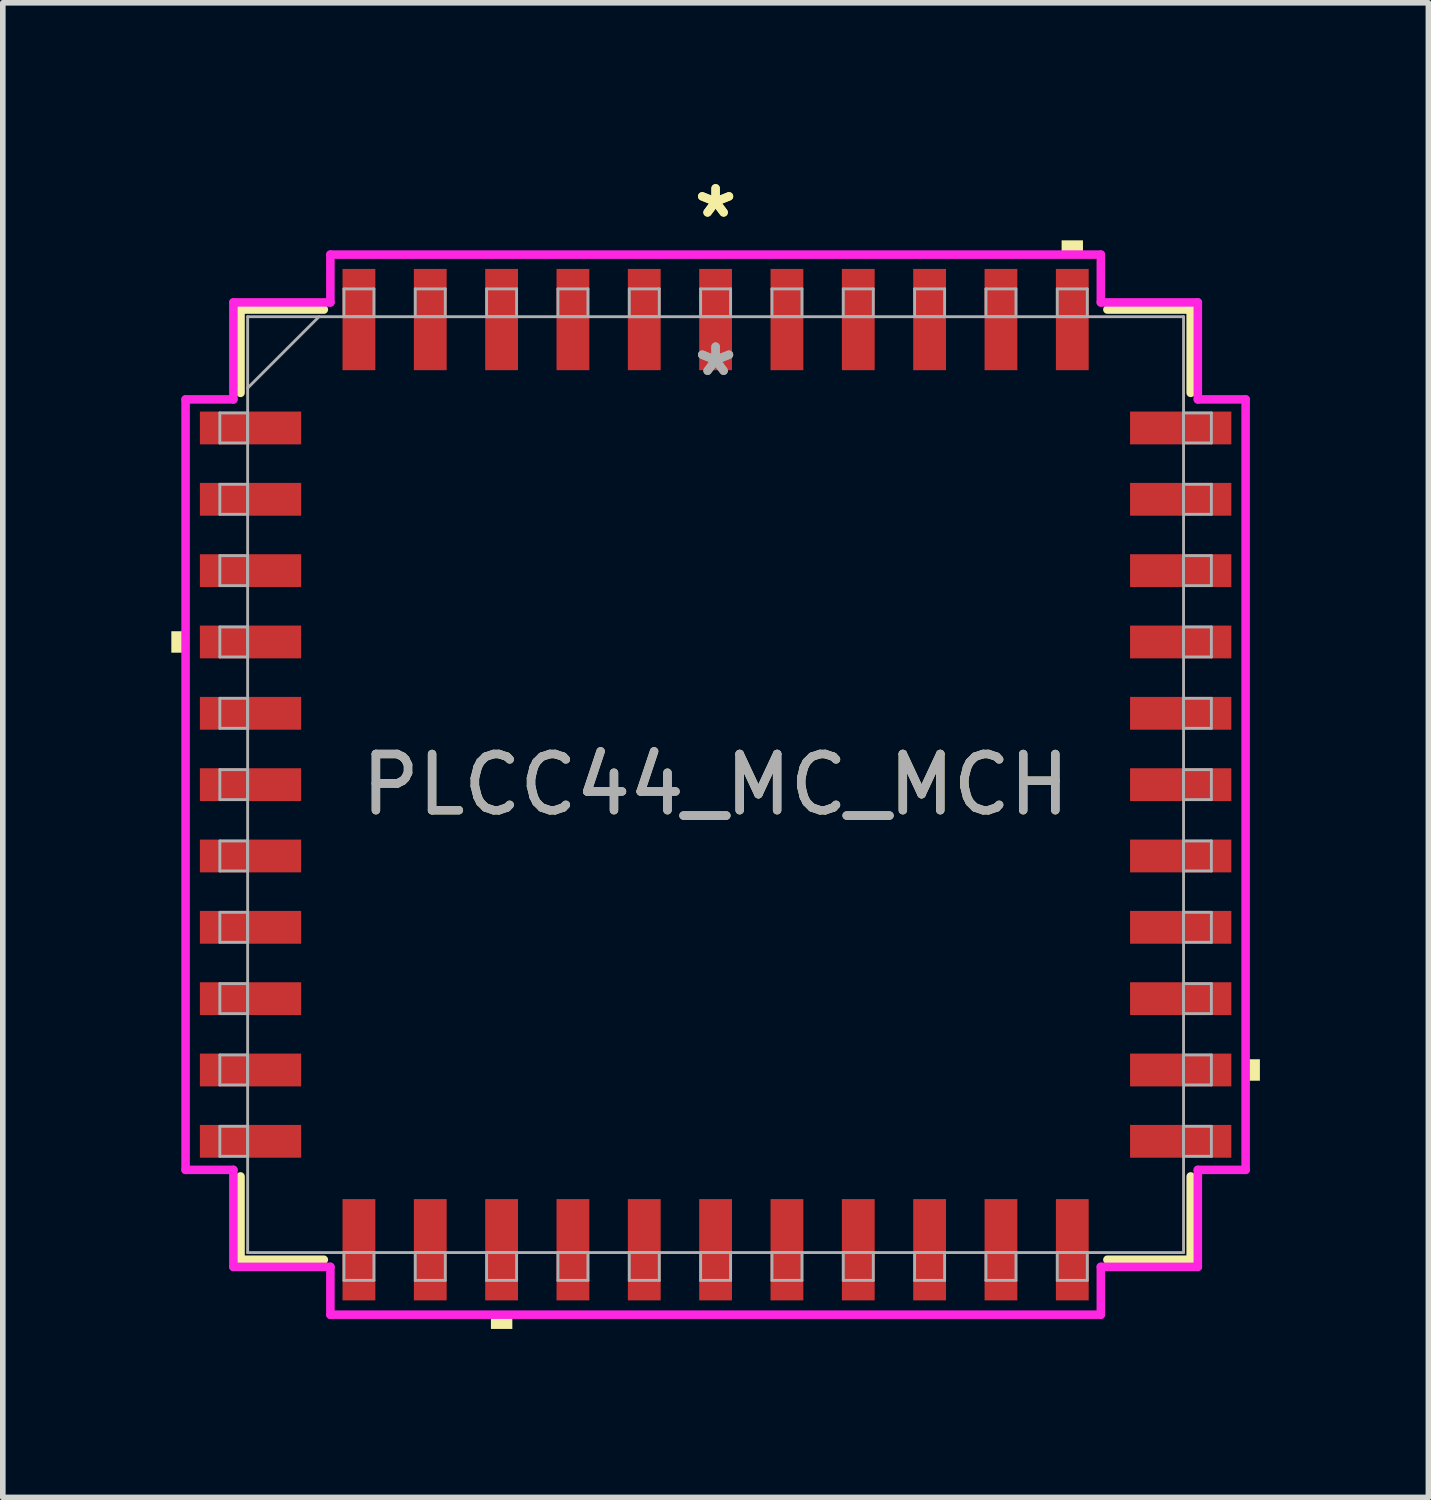
<source format=kicad_pcb>
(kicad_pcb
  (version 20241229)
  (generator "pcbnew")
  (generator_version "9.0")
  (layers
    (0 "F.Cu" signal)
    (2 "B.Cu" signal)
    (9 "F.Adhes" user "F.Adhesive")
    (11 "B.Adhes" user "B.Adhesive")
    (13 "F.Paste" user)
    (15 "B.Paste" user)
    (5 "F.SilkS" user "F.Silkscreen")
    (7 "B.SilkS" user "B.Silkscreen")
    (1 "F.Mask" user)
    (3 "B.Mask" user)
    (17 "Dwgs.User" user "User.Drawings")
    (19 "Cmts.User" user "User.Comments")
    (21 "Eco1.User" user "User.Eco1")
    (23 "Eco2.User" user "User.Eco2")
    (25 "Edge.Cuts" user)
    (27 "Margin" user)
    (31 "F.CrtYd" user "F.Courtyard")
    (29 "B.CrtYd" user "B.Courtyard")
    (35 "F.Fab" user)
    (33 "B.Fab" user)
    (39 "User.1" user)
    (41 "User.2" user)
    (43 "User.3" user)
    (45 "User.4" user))
  (footprint "PLCC44_MC_MCH"
    (layer "F.Cu")
    (at 9.69 10.919)
    (property "Reference" "PLCC44_MC_MCH" (at 0 0 0) (unlocked yes) (layer "F.SilkS") (effects (font (size 1 1) (thickness 0.15))))
    (attr smd)
    (fp_line (start -8.458 -8.458) (end -8.458 -6.975) (stroke (width 0.152) (type solid)) (layer "F.SilkS"))
    (fp_line (start -8.458 6.975) (end -8.458 8.458) (stroke (width 0.152) (type solid)) (layer "F.SilkS"))
    (fp_line (start -8.458 8.458) (end -6.975 8.458) (stroke (width 0.152) (type solid)) (layer "F.SilkS"))
    (fp_line (start -6.975 -8.458) (end -8.458 -8.458) (stroke (width 0.152) (type solid)) (layer "F.SilkS"))
    (fp_line (start 6.975 8.458) (end 8.458 8.458) (stroke (width 0.152) (type solid)) (layer "F.SilkS"))
    (fp_line (start 8.458 -8.458) (end 6.975 -8.458) (stroke (width 0.152) (type solid)) (layer "F.SilkS"))
    (fp_line (start 8.458 -6.975) (end 8.458 -8.458) (stroke (width 0.152) (type solid)) (layer "F.SilkS"))
    (fp_line (start 8.458 8.458) (end 8.458 6.975) (stroke (width 0.152) (type solid)) (layer "F.SilkS"))
    (fp_poly (pts (xy -9.69 -2.731) (xy -9.69 -2.349) (xy -9.436 -2.349) (xy -9.436 -2.731)) (stroke (width 0) (type solid)) (fill yes) (layer "F.SilkS"))
    (fp_poly (pts (xy -4 9.436) (xy -4 9.69) (xy -3.619 9.69) (xy -3.619 9.436)) (stroke (width 0) (type solid)) (fill yes) (layer "F.SilkS"))
    (fp_poly (pts (xy 6.16 -9.436) (xy 6.16 -9.69) (xy 6.54 -9.69) (xy 6.54 -9.436)) (stroke (width 0) (type solid)) (fill yes) (layer "F.SilkS"))
    (fp_poly (pts (xy 9.69 4.889) (xy 9.69 5.271) (xy 9.436 5.271) (xy 9.436 4.889)) (stroke (width 0) (type solid)) (fill yes) (layer "F.SilkS"))
    (fp_line (start -9.436 -6.858) (end -8.585 -6.858) (stroke (width 0.152) (type solid)) (layer "F.CrtYd"))
    (fp_line (start -9.436 6.858) (end -9.436 -6.858) (stroke (width 0.152) (type solid)) (layer "F.CrtYd"))
    (fp_line (start -9.436 6.858) (end -8.585 6.858) (stroke (width 0.152) (type solid)) (layer "F.CrtYd"))
    (fp_line (start -8.585 -8.585) (end -6.858 -8.585) (stroke (width 0.152) (type solid)) (layer "F.CrtYd"))
    (fp_line (start -8.585 -6.858) (end -8.585 -8.585) (stroke (width 0.152) (type solid)) (layer "F.CrtYd"))
    (fp_line (start -8.585 8.585) (end -8.585 6.858) (stroke (width 0.152) (type solid)) (layer "F.CrtYd"))
    (fp_line (start -6.858 -9.436) (end 6.858 -9.436) (stroke (width 0.152) (type solid)) (layer "F.CrtYd"))
    (fp_line (start -6.858 -8.585) (end -6.858 -9.436) (stroke (width 0.152) (type solid)) (layer "F.CrtYd"))
    (fp_line (start -6.858 8.585) (end -8.585 8.585) (stroke (width 0.152) (type solid)) (layer "F.CrtYd"))
    (fp_line (start -6.858 9.436) (end -6.858 8.585) (stroke (width 0.152) (type solid)) (layer "F.CrtYd"))
    (fp_line (start 6.858 -9.436) (end 6.858 -8.585) (stroke (width 0.152) (type solid)) (layer "F.CrtYd"))
    (fp_line (start 6.858 -8.585) (end 8.585 -8.585) (stroke (width 0.152) (type solid)) (layer "F.CrtYd"))
    (fp_line (start 6.858 8.585) (end 6.858 9.436) (stroke (width 0.152) (type solid)) (layer "F.CrtYd"))
    (fp_line (start 6.858 9.436) (end -6.858 9.436) (stroke (width 0.152) (type solid)) (layer "F.CrtYd"))
    (fp_line (start 8.585 -8.585) (end 8.585 -6.858) (stroke (width 0.152) (type solid)) (layer "F.CrtYd"))
    (fp_line (start 8.585 -6.858) (end 9.436 -6.858) (stroke (width 0.152) (type solid)) (layer "F.CrtYd"))
    (fp_line (start 8.585 6.858) (end 8.585 8.585) (stroke (width 0.152) (type solid)) (layer "F.CrtYd"))
    (fp_line (start 8.585 8.585) (end 6.858 8.585) (stroke (width 0.152) (type solid)) (layer "F.CrtYd"))
    (fp_line (start 9.436 -6.858) (end 9.436 6.858) (stroke (width 0.152) (type solid)) (layer "F.CrtYd"))
    (fp_line (start 9.436 6.858) (end 8.585 6.858) (stroke (width 0.152) (type solid)) (layer "F.CrtYd"))
    (fp_line (start -8.826 -6.617) (end -8.826 -6.083) (stroke (width 0.051) (type solid)) (layer "F.Fab"))
    (fp_line (start -8.826 -6.083) (end -8.331 -6.083) (stroke (width 0.051) (type solid)) (layer "F.Fab"))
    (fp_line (start -8.826 -5.347) (end -8.826 -4.813) (stroke (width 0.051) (type solid)) (layer "F.Fab"))
    (fp_line (start -8.826 -4.813) (end -8.331 -4.813) (stroke (width 0.051) (type solid)) (layer "F.Fab"))
    (fp_line (start -8.826 -4.077) (end -8.826 -3.543) (stroke (width 0.051) (type solid)) (layer "F.Fab"))
    (fp_line (start -8.826 -3.543) (end -8.331 -3.543) (stroke (width 0.051) (type solid)) (layer "F.Fab"))
    (fp_line (start -8.826 -2.807) (end -8.826 -2.273) (stroke (width 0.051) (type solid)) (layer "F.Fab"))
    (fp_line (start -8.826 -2.273) (end -8.331 -2.273) (stroke (width 0.051) (type solid)) (layer "F.Fab"))
    (fp_line (start -8.826 -1.537) (end -8.826 -1.003) (stroke (width 0.051) (type solid)) (layer "F.Fab"))
    (fp_line (start -8.826 -1.003) (end -8.331 -1.003) (stroke (width 0.051) (type solid)) (layer "F.Fab"))
    (fp_line (start -8.826 -0.267) (end -8.826 0.267) (stroke (width 0.051) (type solid)) (layer "F.Fab"))
    (fp_line (start -8.826 0.267) (end -8.331 0.267) (stroke (width 0.051) (type solid)) (layer "F.Fab"))
    (fp_line (start -8.826 1.003) (end -8.826 1.537) (stroke (width 0.051) (type solid)) (layer "F.Fab"))
    (fp_line (start -8.826 1.537) (end -8.331 1.537) (stroke (width 0.051) (type solid)) (layer "F.Fab"))
    (fp_line (start -8.826 2.273) (end -8.826 2.807) (stroke (width 0.051) (type solid)) (layer "F.Fab"))
    (fp_line (start -8.826 2.807) (end -8.331 2.807) (stroke (width 0.051) (type solid)) (layer "F.Fab"))
    (fp_line (start -8.826 3.543) (end -8.826 4.077) (stroke (width 0.051) (type solid)) (layer "F.Fab"))
    (fp_line (start -8.826 4.077) (end -8.331 4.077) (stroke (width 0.051) (type solid)) (layer "F.Fab"))
    (fp_line (start -8.826 4.813) (end -8.826 5.347) (stroke (width 0.051) (type solid)) (layer "F.Fab"))
    (fp_line (start -8.826 5.347) (end -8.331 5.347) (stroke (width 0.051) (type solid)) (layer "F.Fab"))
    (fp_line (start -8.826 6.083) (end -8.826 6.617) (stroke (width 0.051) (type solid)) (layer "F.Fab"))
    (fp_line (start -8.826 6.617) (end -8.331 6.617) (stroke (width 0.051) (type solid)) (layer "F.Fab"))
    (fp_line (start -8.331 -8.331) (end -8.331 8.331) (stroke (width 0.051) (type solid)) (layer "F.Fab"))
    (fp_line (start -8.331 -7.061) (end -7.061 -8.331) (stroke (width 0.051) (type solid)) (layer "F.Fab"))
    (fp_line (start -8.331 -6.617) (end -8.826 -6.617) (stroke (width 0.051) (type solid)) (layer "F.Fab"))
    (fp_line (start -8.331 -6.083) (end -8.331 -6.617) (stroke (width 0.051) (type solid)) (layer "F.Fab"))
    (fp_line (start -8.331 -5.347) (end -8.826 -5.347) (stroke (width 0.051) (type solid)) (layer "F.Fab"))
    (fp_line (start -8.331 -4.813) (end -8.331 -5.347) (stroke (width 0.051) (type solid)) (layer "F.Fab"))
    (fp_line (start -8.331 -4.077) (end -8.826 -4.077) (stroke (width 0.051) (type solid)) (layer "F.Fab"))
    (fp_line (start -8.331 -3.543) (end -8.331 -4.077) (stroke (width 0.051) (type solid)) (layer "F.Fab"))
    (fp_line (start -8.331 -2.807) (end -8.826 -2.807) (stroke (width 0.051) (type solid)) (layer "F.Fab"))
    (fp_line (start -8.331 -2.273) (end -8.331 -2.807) (stroke (width 0.051) (type solid)) (layer "F.Fab"))
    (fp_line (start -8.331 -1.537) (end -8.826 -1.537) (stroke (width 0.051) (type solid)) (layer "F.Fab"))
    (fp_line (start -8.331 -1.003) (end -8.331 -1.537) (stroke (width 0.051) (type solid)) (layer "F.Fab"))
    (fp_line (start -8.331 -0.267) (end -8.826 -0.267) (stroke (width 0.051) (type solid)) (layer "F.Fab"))
    (fp_line (start -8.331 0.267) (end -8.331 -0.267) (stroke (width 0.051) (type solid)) (layer "F.Fab"))
    (fp_line (start -8.331 1.003) (end -8.826 1.003) (stroke (width 0.051) (type solid)) (layer "F.Fab"))
    (fp_line (start -8.331 1.537) (end -8.331 1.003) (stroke (width 0.051) (type solid)) (layer "F.Fab"))
    (fp_line (start -8.331 2.273) (end -8.826 2.273) (stroke (width 0.051) (type solid)) (layer "F.Fab"))
    (fp_line (start -8.331 2.807) (end -8.331 2.273) (stroke (width 0.051) (type solid)) (layer "F.Fab"))
    (fp_line (start -8.331 3.543) (end -8.826 3.543) (stroke (width 0.051) (type solid)) (layer "F.Fab"))
    (fp_line (start -8.331 4.077) (end -8.331 3.543) (stroke (width 0.051) (type solid)) (layer "F.Fab"))
    (fp_line (start -8.331 4.813) (end -8.826 4.813) (stroke (width 0.051) (type solid)) (layer "F.Fab"))
    (fp_line (start -8.331 5.347) (end -8.331 4.813) (stroke (width 0.051) (type solid)) (layer "F.Fab"))
    (fp_line (start -8.331 6.083) (end -8.826 6.083) (stroke (width 0.051) (type solid)) (layer "F.Fab"))
    (fp_line (start -8.331 6.617) (end -8.331 6.083) (stroke (width 0.051) (type solid)) (layer "F.Fab"))
    (fp_line (start -8.331 8.331) (end 8.331 8.331) (stroke (width 0.051) (type solid)) (layer "F.Fab"))
    (fp_line (start -6.617 -8.826) (end -6.617 -8.331) (stroke (width 0.051) (type solid)) (layer "F.Fab"))
    (fp_line (start -6.617 -8.331) (end -6.083 -8.331) (stroke (width 0.051) (type solid)) (layer "F.Fab"))
    (fp_line (start -6.617 8.331) (end -6.617 8.826) (stroke (width 0.051) (type solid)) (layer "F.Fab"))
    (fp_line (start -6.617 8.826) (end -6.083 8.826) (stroke (width 0.051) (type solid)) (layer "F.Fab"))
    (fp_line (start -6.083 -8.826) (end -6.617 -8.826) (stroke (width 0.051) (type solid)) (layer "F.Fab"))
    (fp_line (start -6.083 -8.331) (end -6.083 -8.826) (stroke (width 0.051) (type solid)) (layer "F.Fab"))
    (fp_line (start -6.083 8.331) (end -6.617 8.331) (stroke (width 0.051) (type solid)) (layer "F.Fab"))
    (fp_line (start -6.083 8.826) (end -6.083 8.331) (stroke (width 0.051) (type solid)) (layer "F.Fab"))
    (fp_line (start -5.347 -8.826) (end -5.347 -8.331) (stroke (width 0.051) (type solid)) (layer "F.Fab"))
    (fp_line (start -5.347 -8.331) (end -4.813 -8.331) (stroke (width 0.051) (type solid)) (layer "F.Fab"))
    (fp_line (start -5.347 8.331) (end -5.347 8.826) (stroke (width 0.051) (type solid)) (layer "F.Fab"))
    (fp_line (start -5.347 8.826) (end -4.813 8.826) (stroke (width 0.051) (type solid)) (layer "F.Fab"))
    (fp_line (start -4.813 -8.826) (end -5.347 -8.826) (stroke (width 0.051) (type solid)) (layer "F.Fab"))
    (fp_line (start -4.813 -8.331) (end -4.813 -8.826) (stroke (width 0.051) (type solid)) (layer "F.Fab"))
    (fp_line (start -4.813 8.331) (end -5.347 8.331) (stroke (width 0.051) (type solid)) (layer "F.Fab"))
    (fp_line (start -4.813 8.826) (end -4.813 8.331) (stroke (width 0.051) (type solid)) (layer "F.Fab"))
    (fp_line (start -4.077 -8.826) (end -4.077 -8.331) (stroke (width 0.051) (type solid)) (layer "F.Fab"))
    (fp_line (start -4.077 -8.331) (end -3.543 -8.331) (stroke (width 0.051) (type solid)) (layer "F.Fab"))
    (fp_line (start -4.077 8.331) (end -4.077 8.826) (stroke (width 0.051) (type solid)) (layer "F.Fab"))
    (fp_line (start -4.077 8.826) (end -3.543 8.826) (stroke (width 0.051) (type solid)) (layer "F.Fab"))
    (fp_line (start -3.543 -8.826) (end -4.077 -8.826) (stroke (width 0.051) (type solid)) (layer "F.Fab"))
    (fp_line (start -3.543 -8.331) (end -3.543 -8.826) (stroke (width 0.051) (type solid)) (layer "F.Fab"))
    (fp_line (start -3.543 8.331) (end -4.077 8.331) (stroke (width 0.051) (type solid)) (layer "F.Fab"))
    (fp_line (start -3.543 8.826) (end -3.543 8.331) (stroke (width 0.051) (type solid)) (layer "F.Fab"))
    (fp_line (start -2.807 -8.826) (end -2.807 -8.331) (stroke (width 0.051) (type solid)) (layer "F.Fab"))
    (fp_line (start -2.807 -8.331) (end -2.273 -8.331) (stroke (width 0.051) (type solid)) (layer "F.Fab"))
    (fp_line (start -2.807 8.331) (end -2.807 8.826) (stroke (width 0.051) (type solid)) (layer "F.Fab"))
    (fp_line (start -2.807 8.826) (end -2.273 8.826) (stroke (width 0.051) (type solid)) (layer "F.Fab"))
    (fp_line (start -2.273 -8.826) (end -2.807 -8.826) (stroke (width 0.051) (type solid)) (layer "F.Fab"))
    (fp_line (start -2.273 -8.331) (end -2.273 -8.826) (stroke (width 0.051) (type solid)) (layer "F.Fab"))
    (fp_line (start -2.273 8.331) (end -2.807 8.331) (stroke (width 0.051) (type solid)) (layer "F.Fab"))
    (fp_line (start -2.273 8.826) (end -2.273 8.331) (stroke (width 0.051) (type solid)) (layer "F.Fab"))
    (fp_line (start -1.537 -8.826) (end -1.537 -8.331) (stroke (width 0.051) (type solid)) (layer "F.Fab"))
    (fp_line (start -1.537 -8.331) (end -1.003 -8.331) (stroke (width 0.051) (type solid)) (layer "F.Fab"))
    (fp_line (start -1.537 8.331) (end -1.537 8.826) (stroke (width 0.051) (type solid)) (layer "F.Fab"))
    (fp_line (start -1.537 8.826) (end -1.003 8.826) (stroke (width 0.051) (type solid)) (layer "F.Fab"))
    (fp_line (start -1.003 -8.826) (end -1.537 -8.826) (stroke (width 0.051) (type solid)) (layer "F.Fab"))
    (fp_line (start -1.003 -8.331) (end -1.003 -8.826) (stroke (width 0.051) (type solid)) (layer "F.Fab"))
    (fp_line (start -1.003 8.331) (end -1.537 8.331) (stroke (width 0.051) (type solid)) (layer "F.Fab"))
    (fp_line (start -1.003 8.826) (end -1.003 8.331) (stroke (width 0.051) (type solid)) (layer "F.Fab"))
    (fp_line (start -0.267 -8.826) (end -0.267 -8.331) (stroke (width 0.051) (type solid)) (layer "F.Fab"))
    (fp_line (start -0.267 -8.331) (end 0.267 -8.331) (stroke (width 0.051) (type solid)) (layer "F.Fab"))
    (fp_line (start -0.267 8.331) (end -0.267 8.826) (stroke (width 0.051) (type solid)) (layer "F.Fab"))
    (fp_line (start -0.267 8.826) (end 0.267 8.826) (stroke (width 0.051) (type solid)) (layer "F.Fab"))
    (fp_line (start 0.267 -8.826) (end -0.267 -8.826) (stroke (width 0.051) (type solid)) (layer "F.Fab"))
    (fp_line (start 0.267 -8.331) (end 0.267 -8.826) (stroke (width 0.051) (type solid)) (layer "F.Fab"))
    (fp_line (start 0.267 8.331) (end -0.267 8.331) (stroke (width 0.051) (type solid)) (layer "F.Fab"))
    (fp_line (start 0.267 8.826) (end 0.267 8.331) (stroke (width 0.051) (type solid)) (layer "F.Fab"))
    (fp_line (start 1.003 -8.826) (end 1.003 -8.331) (stroke (width 0.051) (type solid)) (layer "F.Fab"))
    (fp_line (start 1.003 -8.331) (end 1.537 -8.331) (stroke (width 0.051) (type solid)) (layer "F.Fab"))
    (fp_line (start 1.003 8.331) (end 1.003 8.826) (stroke (width 0.051) (type solid)) (layer "F.Fab"))
    (fp_line (start 1.003 8.826) (end 1.537 8.826) (stroke (width 0.051) (type solid)) (layer "F.Fab"))
    (fp_line (start 1.537 -8.826) (end 1.003 -8.826) (stroke (width 0.051) (type solid)) (layer "F.Fab"))
    (fp_line (start 1.537 -8.331) (end 1.537 -8.826) (stroke (width 0.051) (type solid)) (layer "F.Fab"))
    (fp_line (start 1.537 8.331) (end 1.003 8.331) (stroke (width 0.051) (type solid)) (layer "F.Fab"))
    (fp_line (start 1.537 8.826) (end 1.537 8.331) (stroke (width 0.051) (type solid)) (layer "F.Fab"))
    (fp_line (start 2.273 -8.826) (end 2.273 -8.331) (stroke (width 0.051) (type solid)) (layer "F.Fab"))
    (fp_line (start 2.273 -8.331) (end 2.807 -8.331) (stroke (width 0.051) (type solid)) (layer "F.Fab"))
    (fp_line (start 2.273 8.331) (end 2.273 8.826) (stroke (width 0.051) (type solid)) (layer "F.Fab"))
    (fp_line (start 2.273 8.826) (end 2.807 8.826) (stroke (width 0.051) (type solid)) (layer "F.Fab"))
    (fp_line (start 2.807 -8.826) (end 2.273 -8.826) (stroke (width 0.051) (type solid)) (layer "F.Fab"))
    (fp_line (start 2.807 -8.331) (end 2.807 -8.826) (stroke (width 0.051) (type solid)) (layer "F.Fab"))
    (fp_line (start 2.807 8.331) (end 2.273 8.331) (stroke (width 0.051) (type solid)) (layer "F.Fab"))
    (fp_line (start 2.807 8.826) (end 2.807 8.331) (stroke (width 0.051) (type solid)) (layer "F.Fab"))
    (fp_line (start 3.543 -8.826) (end 3.543 -8.331) (stroke (width 0.051) (type solid)) (layer "F.Fab"))
    (fp_line (start 3.543 -8.331) (end 4.077 -8.331) (stroke (width 0.051) (type solid)) (layer "F.Fab"))
    (fp_line (start 3.543 8.331) (end 3.543 8.826) (stroke (width 0.051) (type solid)) (layer "F.Fab"))
    (fp_line (start 3.543 8.826) (end 4.077 8.826) (stroke (width 0.051) (type solid)) (layer "F.Fab"))
    (fp_line (start 4.077 -8.826) (end 3.543 -8.826) (stroke (width 0.051) (type solid)) (layer "F.Fab"))
    (fp_line (start 4.077 -8.331) (end 4.077 -8.826) (stroke (width 0.051) (type solid)) (layer "F.Fab"))
    (fp_line (start 4.077 8.331) (end 3.543 8.331) (stroke (width 0.051) (type solid)) (layer "F.Fab"))
    (fp_line (start 4.077 8.826) (end 4.077 8.331) (stroke (width 0.051) (type solid)) (layer "F.Fab"))
    (fp_line (start 4.813 -8.826) (end 4.813 -8.331) (stroke (width 0.051) (type solid)) (layer "F.Fab"))
    (fp_line (start 4.813 -8.331) (end 5.347 -8.331) (stroke (width 0.051) (type solid)) (layer "F.Fab"))
    (fp_line (start 4.813 8.331) (end 4.813 8.826) (stroke (width 0.051) (type solid)) (layer "F.Fab"))
    (fp_line (start 4.813 8.826) (end 5.347 8.826) (stroke (width 0.051) (type solid)) (layer "F.Fab"))
    (fp_line (start 5.347 -8.826) (end 4.813 -8.826) (stroke (width 0.051) (type solid)) (layer "F.Fab"))
    (fp_line (start 5.347 -8.331) (end 5.347 -8.826) (stroke (width 0.051) (type solid)) (layer "F.Fab"))
    (fp_line (start 5.347 8.331) (end 4.813 8.331) (stroke (width 0.051) (type solid)) (layer "F.Fab"))
    (fp_line (start 5.347 8.826) (end 5.347 8.331) (stroke (width 0.051) (type solid)) (layer "F.Fab"))
    (fp_line (start 6.083 -8.826) (end 6.083 -8.331) (stroke (width 0.051) (type solid)) (layer "F.Fab"))
    (fp_line (start 6.083 -8.331) (end 6.617 -8.331) (stroke (width 0.051) (type solid)) (layer "F.Fab"))
    (fp_line (start 6.083 8.331) (end 6.083 8.826) (stroke (width 0.051) (type solid)) (layer "F.Fab"))
    (fp_line (start 6.083 8.826) (end 6.617 8.826) (stroke (width 0.051) (type solid)) (layer "F.Fab"))
    (fp_line (start 6.617 -8.826) (end 6.083 -8.826) (stroke (width 0.051) (type solid)) (layer "F.Fab"))
    (fp_line (start 6.617 -8.331) (end 6.617 -8.826) (stroke (width 0.051) (type solid)) (layer "F.Fab"))
    (fp_line (start 6.617 8.331) (end 6.083 8.331) (stroke (width 0.051) (type solid)) (layer "F.Fab"))
    (fp_line (start 6.617 8.826) (end 6.617 8.331) (stroke (width 0.051) (type solid)) (layer "F.Fab"))
    (fp_line (start 8.331 -8.331) (end -8.331 -8.331) (stroke (width 0.051) (type solid)) (layer "F.Fab"))
    (fp_line (start 8.331 -6.617) (end 8.331 -6.083) (stroke (width 0.051) (type solid)) (layer "F.Fab"))
    (fp_line (start 8.331 -6.083) (end 8.826 -6.083) (stroke (width 0.051) (type solid)) (layer "F.Fab"))
    (fp_line (start 8.331 -5.347) (end 8.331 -4.813) (stroke (width 0.051) (type solid)) (layer "F.Fab"))
    (fp_line (start 8.331 -4.813) (end 8.826 -4.813) (stroke (width 0.051) (type solid)) (layer "F.Fab"))
    (fp_line (start 8.331 -4.077) (end 8.331 -3.543) (stroke (width 0.051) (type solid)) (layer "F.Fab"))
    (fp_line (start 8.331 -3.543) (end 8.826 -3.543) (stroke (width 0.051) (type solid)) (layer "F.Fab"))
    (fp_line (start 8.331 -2.807) (end 8.331 -2.273) (stroke (width 0.051) (type solid)) (layer "F.Fab"))
    (fp_line (start 8.331 -2.273) (end 8.826 -2.273) (stroke (width 0.051) (type solid)) (layer "F.Fab"))
    (fp_line (start 8.331 -1.537) (end 8.331 -1.003) (stroke (width 0.051) (type solid)) (layer "F.Fab"))
    (fp_line (start 8.331 -1.003) (end 8.826 -1.003) (stroke (width 0.051) (type solid)) (layer "F.Fab"))
    (fp_line (start 8.331 -0.267) (end 8.331 0.267) (stroke (width 0.051) (type solid)) (layer "F.Fab"))
    (fp_line (start 8.331 0.267) (end 8.826 0.267) (stroke (width 0.051) (type solid)) (layer "F.Fab"))
    (fp_line (start 8.331 1.003) (end 8.331 1.537) (stroke (width 0.051) (type solid)) (layer "F.Fab"))
    (fp_line (start 8.331 1.537) (end 8.826 1.537) (stroke (width 0.051) (type solid)) (layer "F.Fab"))
    (fp_line (start 8.331 2.273) (end 8.331 2.807) (stroke (width 0.051) (type solid)) (layer "F.Fab"))
    (fp_line (start 8.331 2.807) (end 8.826 2.807) (stroke (width 0.051) (type solid)) (layer "F.Fab"))
    (fp_line (start 8.331 3.543) (end 8.331 4.077) (stroke (width 0.051) (type solid)) (layer "F.Fab"))
    (fp_line (start 8.331 4.077) (end 8.826 4.077) (stroke (width 0.051) (type solid)) (layer "F.Fab"))
    (fp_line (start 8.331 4.813) (end 8.331 5.347) (stroke (width 0.051) (type solid)) (layer "F.Fab"))
    (fp_line (start 8.331 5.347) (end 8.826 5.347) (stroke (width 0.051) (type solid)) (layer "F.Fab"))
    (fp_line (start 8.331 6.083) (end 8.331 6.617) (stroke (width 0.051) (type solid)) (layer "F.Fab"))
    (fp_line (start 8.331 6.617) (end 8.826 6.617) (stroke (width 0.051) (type solid)) (layer "F.Fab"))
    (fp_line (start 8.331 8.331) (end 8.331 -8.331) (stroke (width 0.051) (type solid)) (layer "F.Fab"))
    (fp_line (start 8.826 -6.617) (end 8.331 -6.617) (stroke (width 0.051) (type solid)) (layer "F.Fab"))
    (fp_line (start 8.826 -6.083) (end 8.826 -6.617) (stroke (width 0.051) (type solid)) (layer "F.Fab"))
    (fp_line (start 8.826 -5.347) (end 8.331 -5.347) (stroke (width 0.051) (type solid)) (layer "F.Fab"))
    (fp_line (start 8.826 -4.813) (end 8.826 -5.347) (stroke (width 0.051) (type solid)) (layer "F.Fab"))
    (fp_line (start 8.826 -4.077) (end 8.331 -4.077) (stroke (width 0.051) (type solid)) (layer "F.Fab"))
    (fp_line (start 8.826 -3.543) (end 8.826 -4.077) (stroke (width 0.051) (type solid)) (layer "F.Fab"))
    (fp_line (start 8.826 -2.807) (end 8.331 -2.807) (stroke (width 0.051) (type solid)) (layer "F.Fab"))
    (fp_line (start 8.826 -2.273) (end 8.826 -2.807) (stroke (width 0.051) (type solid)) (layer "F.Fab"))
    (fp_line (start 8.826 -1.537) (end 8.331 -1.537) (stroke (width 0.051) (type solid)) (layer "F.Fab"))
    (fp_line (start 8.826 -1.003) (end 8.826 -1.537) (stroke (width 0.051) (type solid)) (layer "F.Fab"))
    (fp_line (start 8.826 -0.267) (end 8.331 -0.267) (stroke (width 0.051) (type solid)) (layer "F.Fab"))
    (fp_line (start 8.826 0.267) (end 8.826 -0.267) (stroke (width 0.051) (type solid)) (layer "F.Fab"))
    (fp_line (start 8.826 1.003) (end 8.331 1.003) (stroke (width 0.051) (type solid)) (layer "F.Fab"))
    (fp_line (start 8.826 1.537) (end 8.826 1.003) (stroke (width 0.051) (type solid)) (layer "F.Fab"))
    (fp_line (start 8.826 2.273) (end 8.331 2.273) (stroke (width 0.051) (type solid)) (layer "F.Fab"))
    (fp_line (start 8.826 2.807) (end 8.826 2.273) (stroke (width 0.051) (type solid)) (layer "F.Fab"))
    (fp_line (start 8.826 3.543) (end 8.331 3.543) (stroke (width 0.051) (type solid)) (layer "F.Fab"))
    (fp_line (start 8.826 4.077) (end 8.826 3.543) (stroke (width 0.051) (type solid)) (layer "F.Fab"))
    (fp_line (start 8.826 4.813) (end 8.331 4.813) (stroke (width 0.051) (type solid)) (layer "F.Fab"))
    (fp_line (start 8.826 5.347) (end 8.826 4.813) (stroke (width 0.051) (type solid)) (layer "F.Fab"))
    (fp_line (start 8.826 6.083) (end 8.331 6.083) (stroke (width 0.051) (type solid)) (layer "F.Fab"))
    (fp_line (start 8.826 6.617) (end 8.826 6.083) (stroke (width 0.051) (type solid)) (layer "F.Fab"))
    (fp_text user "*" (at 0 -10.071 0) (unlocked yes) (layer "F.SilkS") (effects (font (size 1 1) (thickness 0.15))))
    (fp_text user "*" (at 0 -10.071 0) (layer "F.SilkS") (effects (font (size 1 1) (thickness 0.15))))
    (fp_text user "${REFERENCE}" (at 0 0 0) (unlocked yes) (layer "F.Fab") (effects (font (size 1 1) (thickness 0.15))))
    (fp_text user "*" (at 0 -7.252 0) (unlocked yes) (layer "F.Fab") (effects (font (size 1 1) (thickness 0.15))))
    (fp_text user "*" (at 0 -7.252 0) (layer "F.Fab") (effects (font (size 1 1) (thickness 0.15))))
    (pad "1" smd rect (at 0 -8.28) (size 0.584 1.803) (layers "F.Cu" "F.Mask" "F.Paste"))
    (pad "2" smd rect (at -1.27 -8.28) (size 0.584 1.803) (layers "F.Cu" "F.Mask" "F.Paste"))
    (pad "3" smd rect (at -2.54 -8.28) (size 0.584 1.803) (layers "F.Cu" "F.Mask" "F.Paste"))
    (pad "4" smd rect (at -3.81 -8.28) (size 0.584 1.803) (layers "F.Cu" "F.Mask" "F.Paste"))
    (pad "5" smd rect (at -5.08 -8.28) (size 0.584 1.803) (layers "F.Cu" "F.Mask" "F.Paste"))
    (pad "6" smd rect (at -6.35 -8.28) (size 0.584 1.803) (layers "F.Cu" "F.Mask" "F.Paste"))
    (pad "7" smd rect (at -8.28 -6.35 90) (size 0.584 1.803) (layers "F.Cu" "F.Mask" "F.Paste"))
    (pad "8" smd rect (at -8.28 -5.08 90) (size 0.584 1.803) (layers "F.Cu" "F.Mask" "F.Paste"))
    (pad "9" smd rect (at -8.28 -3.81 90) (size 0.584 1.803) (layers "F.Cu" "F.Mask" "F.Paste"))
    (pad "10" smd rect (at -8.28 -2.54 90) (size 0.584 1.803) (layers "F.Cu" "F.Mask" "F.Paste"))
    (pad "11" smd rect (at -8.28 -1.27 90) (size 0.584 1.803) (layers "F.Cu" "F.Mask" "F.Paste"))
    (pad "12" smd rect (at -8.28 0 90) (size 0.584 1.803) (layers "F.Cu" "F.Mask" "F.Paste"))
    (pad "13" smd rect (at -8.28 1.27 90) (size 0.584 1.803) (layers "F.Cu" "F.Mask" "F.Paste"))
    (pad "14" smd rect (at -8.28 2.54 90) (size 0.584 1.803) (layers "F.Cu" "F.Mask" "F.Paste"))
    (pad "15" smd rect (at -8.28 3.81 90) (size 0.584 1.803) (layers "F.Cu" "F.Mask" "F.Paste"))
    (pad "16" smd rect (at -8.28 5.08 90) (size 0.584 1.803) (layers "F.Cu" "F.Mask" "F.Paste"))
    (pad "17" smd rect (at -8.28 6.35 90) (size 0.584 1.803) (layers "F.Cu" "F.Mask" "F.Paste"))
    (pad "18" smd rect (at -6.35 8.28) (size 0.584 1.803) (layers "F.Cu" "F.Mask" "F.Paste"))
    (pad "19" smd rect (at -5.08 8.28) (size 0.584 1.803) (layers "F.Cu" "F.Mask" "F.Paste"))
    (pad "20" smd rect (at -3.81 8.28) (size 0.584 1.803) (layers "F.Cu" "F.Mask" "F.Paste"))
    (pad "21" smd rect (at -2.54 8.28) (size 0.584 1.803) (layers "F.Cu" "F.Mask" "F.Paste"))
    (pad "22" smd rect (at -1.27 8.28) (size 0.584 1.803) (layers "F.Cu" "F.Mask" "F.Paste"))
    (pad "23" smd rect (at 0 8.28) (size 0.584 1.803) (layers "F.Cu" "F.Mask" "F.Paste"))
    (pad "24" smd rect (at 1.27 8.28) (size 0.584 1.803) (layers "F.Cu" "F.Mask" "F.Paste"))
    (pad "25" smd rect (at 2.54 8.28) (size 0.584 1.803) (layers "F.Cu" "F.Mask" "F.Paste"))
    (pad "26" smd rect (at 3.81 8.28) (size 0.584 1.803) (layers "F.Cu" "F.Mask" "F.Paste"))
    (pad "27" smd rect (at 5.08 8.28) (size 0.584 1.803) (layers "F.Cu" "F.Mask" "F.Paste"))
    (pad "28" smd rect (at 6.35 8.28) (size 0.584 1.803) (layers "F.Cu" "F.Mask" "F.Paste"))
    (pad "29" smd rect (at 8.28 6.35 90) (size 0.584 1.803) (layers "F.Cu" "F.Mask" "F.Paste"))
    (pad "30" smd rect (at 8.28 5.08 90) (size 0.584 1.803) (layers "F.Cu" "F.Mask" "F.Paste"))
    (pad "31" smd rect (at 8.28 3.81 90) (size 0.584 1.803) (layers "F.Cu" "F.Mask" "F.Paste"))
    (pad "32" smd rect (at 8.28 2.54 90) (size 0.584 1.803) (layers "F.Cu" "F.Mask" "F.Paste"))
    (pad "33" smd rect (at 8.28 1.27 90) (size 0.584 1.803) (layers "F.Cu" "F.Mask" "F.Paste"))
    (pad "34" smd rect (at 8.28 0 90) (size 0.584 1.803) (layers "F.Cu" "F.Mask" "F.Paste"))
    (pad "35" smd rect (at 8.28 -1.27 90) (size 0.584 1.803) (layers "F.Cu" "F.Mask" "F.Paste"))
    (pad "36" smd rect (at 8.28 -2.54 90) (size 0.584 1.803) (layers "F.Cu" "F.Mask" "F.Paste"))
    (pad "37" smd rect (at 8.28 -3.81 90) (size 0.584 1.803) (layers "F.Cu" "F.Mask" "F.Paste"))
    (pad "38" smd rect (at 8.28 -5.08 90) (size 0.584 1.803) (layers "F.Cu" "F.Mask" "F.Paste"))
    (pad "39" smd rect (at 8.28 -6.35 90) (size 0.584 1.803) (layers "F.Cu" "F.Mask" "F.Paste"))
    (pad "40" smd rect (at 6.35 -8.28) (size 0.584 1.803) (layers "F.Cu" "F.Mask" "F.Paste"))
    (pad "41" smd rect (at 5.08 -8.28) (size 0.584 1.803) (layers "F.Cu" "F.Mask" "F.Paste"))
    (pad "42" smd rect (at 3.81 -8.28) (size 0.584 1.803) (layers "F.Cu" "F.Mask" "F.Paste"))
    (pad "43" smd rect (at 2.54 -8.28) (size 0.584 1.803) (layers "F.Cu" "F.Mask" "F.Paste"))
    (pad "44" smd rect (at 1.27 -8.28) (size 0.584 1.803) (layers "F.Cu" "F.Mask" "F.Paste")))
  (gr_rect
    (start -3 -3)
    (end 22.38 23.609)
    (stroke (width 0.1) (type default))
    (fill no)
    (layer "Edge.Cuts")))
</source>
